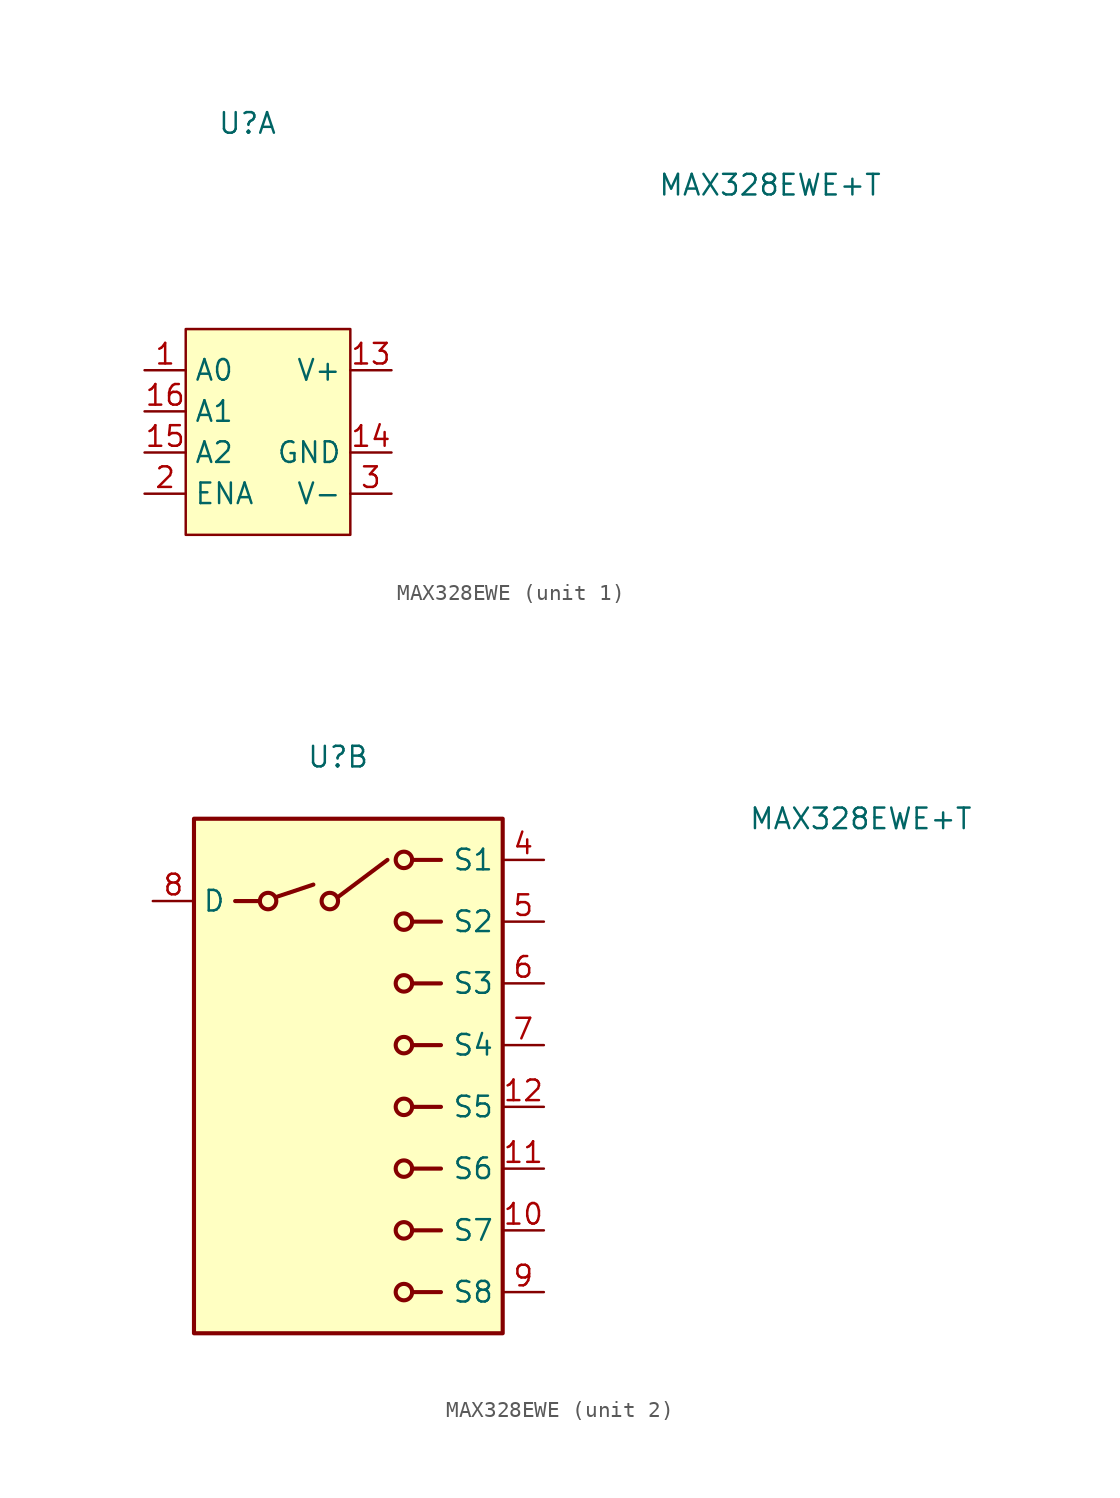
<source format=kicad_sym>
(kicad_symbol_lib
  (version 20220914)
  (generator kicad_symbol_editor)
  (symbol "MAX328EWE"
    (property "Reference" "U"
      (at -1.27 19.05 0)
      (effects (font (size 1.27 1.27))))
    (property "Value" "MAX328EWE+T"
      (at 30.988 15.24 0)
      (effects (font (size 1.27 1.27))))
    (property "ki_locked" ""
      (at 0 0 0)
      (effects (font (size 1.27 1.27))))
    (symbol "MAX328EWE_1_1"
      (rectangle (start -5.08 6.35) (end 5.08 -6.35) (stroke (width 0) (type default)) (fill (type background)))
      (pin input line (at -7.62 3.81 0) (length 2.54) (name "A0" (effects (font (size 1.27 1.27)))) (number "1" (effects (font (size 1.27 1.27)))))
      (pin power_in line (at 7.62 3.81 180) (length 2.54) (name "V+" (effects (font (size 1.27 1.27)))) (number "13" (effects (font (size 1.27 1.27)))))
      (pin power_in line (at 7.62 -1.27 180) (length 2.54) (name "GND" (effects (font (size 1.27 1.27)))) (number "14" (effects (font (size 1.27 1.27)))))
      (pin input line (at -7.62 -1.27 0) (length 2.54) (name "A2" (effects (font (size 1.27 1.27)))) (number "15" (effects (font (size 1.27 1.27)))))
      (pin input line (at -7.62 1.27 0) (length 2.54) (name "A1" (effects (font (size 1.27 1.27)))) (number "16" (effects (font (size 1.27 1.27)))))
      (pin input line (at -7.62 -3.81 0) (length 2.54) (name "ENA" (effects (font (size 1.27 1.27)))) (number "2" (effects (font (size 1.27 1.27)))))
      (pin power_in line (at 7.62 -3.81 180) (length 2.54) (name "V-" (effects (font (size 1.27 1.27)))) (number "3" (effects (font (size 1.27 1.27))))))
    (symbol "MAX328EWE_2_1"
      (rectangle (start -10.16 15.24) (end 8.89 -16.51) (stroke (width 0.254) (type default)) (fill (type background)))
      (circle (center -5.588 10.16) (radius 0.508) (stroke (width 0.254) (type default)) (fill (type none)))
      (circle (center -1.778 10.16) (radius 0.508) (stroke (width 0.254) (type default)) (fill (type none)))
      (polyline (pts (xy -7.62 10.16) (xy -6.096 10.16)) (stroke (width 0.254) (type default)) (fill (type none)))
      (polyline (pts (xy -5.08 10.414) (xy -2.794 11.176)) (stroke (width 0.254) (type default)) (fill (type none)))
      (polyline (pts (xy -1.27 10.414) (xy 1.778 12.7)) (stroke (width 0.254) (type default)) (fill (type none)))
      (polyline (pts (xy 3.302 -13.97) (xy 5.08 -13.97)) (stroke (width 0.254) (type default)) (fill (type none)))
      (polyline (pts (xy 3.302 -10.16) (xy 5.08 -10.16)) (stroke (width 0.254) (type default)) (fill (type none)))
      (polyline (pts (xy 3.302 -6.35) (xy 5.08 -6.35)) (stroke (width 0.254) (type default)) (fill (type none)))
      (polyline (pts (xy 3.302 -2.54) (xy 5.08 -2.54)) (stroke (width 0.254) (type default)) (fill (type none)))
      (polyline (pts (xy 3.302 1.27) (xy 5.08 1.27)) (stroke (width 0.254) (type default)) (fill (type none)))
      (polyline (pts (xy 3.302 5.08) (xy 5.08 5.08)) (stroke (width 0.254) (type default)) (fill (type none)))
      (polyline (pts (xy 3.302 8.89) (xy 5.08 8.89)) (stroke (width 0.254) (type default)) (fill (type none)))
      (polyline (pts (xy 3.302 12.7) (xy 5.08 12.7)) (stroke (width 0.254) (type default)) (fill (type none)))
      (circle (center 2.794 -13.97) (radius 0.508) (stroke (width 0.254) (type default)) (fill (type none)))
      (circle (center 2.794 -10.16) (radius 0.508) (stroke (width 0.254) (type default)) (fill (type none)))
      (circle (center 2.794 -6.35) (radius 0.508) (stroke (width 0.254) (type default)) (fill (type none)))
      (circle (center 2.794 -2.54) (radius 0.508) (stroke (width 0.254) (type default)) (fill (type none)))
      (circle (center 2.794 1.27) (radius 0.508) (stroke (width 0.254) (type default)) (fill (type none)))
      (circle (center 2.794 5.08) (radius 0.508) (stroke (width 0.254) (type default)) (fill (type none)))
      (circle (center 2.794 8.89) (radius 0.508) (stroke (width 0.254) (type default)) (fill (type none)))
      (circle (center 2.794 12.7) (radius 0.508) (stroke (width 0.254) (type default)) (fill (type none)))
      (pin bidirectional line (at 11.43 -10.16 180) (length 2.54) (name "S7" (effects (font (size 1.27 1.27)))) (number "10" (effects (font (size 1.27 1.27)))))
      (pin bidirectional line (at 11.43 -6.35 180) (length 2.54) (name "S6" (effects (font (size 1.27 1.27)))) (number "11" (effects (font (size 1.27 1.27)))))
      (pin bidirectional line (at 11.43 -2.54 180) (length 2.54) (name "S5" (effects (font (size 1.27 1.27)))) (number "12" (effects (font (size 1.27 1.27)))))
      (pin bidirectional line (at 11.43 12.7 180) (length 2.54) (name "S1" (effects (font (size 1.27 1.27)))) (number "4" (effects (font (size 1.27 1.27)))))
      (pin bidirectional line (at 11.43 8.89 180) (length 2.54) (name "S2" (effects (font (size 1.27 1.27)))) (number "5" (effects (font (size 1.27 1.27)))))
      (pin bidirectional line (at 11.43 5.08 180) (length 2.54) (name "S3" (effects (font (size 1.27 1.27)))) (number "6" (effects (font (size 1.27 1.27)))))
      (pin bidirectional line (at 11.43 1.27 180) (length 2.54) (name "S4" (effects (font (size 1.27 1.27)))) (number "7" (effects (font (size 1.27 1.27)))))
      (pin bidirectional line (at -12.7 10.16 0) (length 2.54) (name "D" (effects (font (size 1.27 1.27)))) (number "8" (effects (font (size 1.27 1.27)))))
      (pin bidirectional line (at 11.43 -13.97 180) (length 2.54) (name "S8" (effects (font (size 1.27 1.27)))) (number "9" (effects (font (size 1.27 1.27))))))))
</source>
